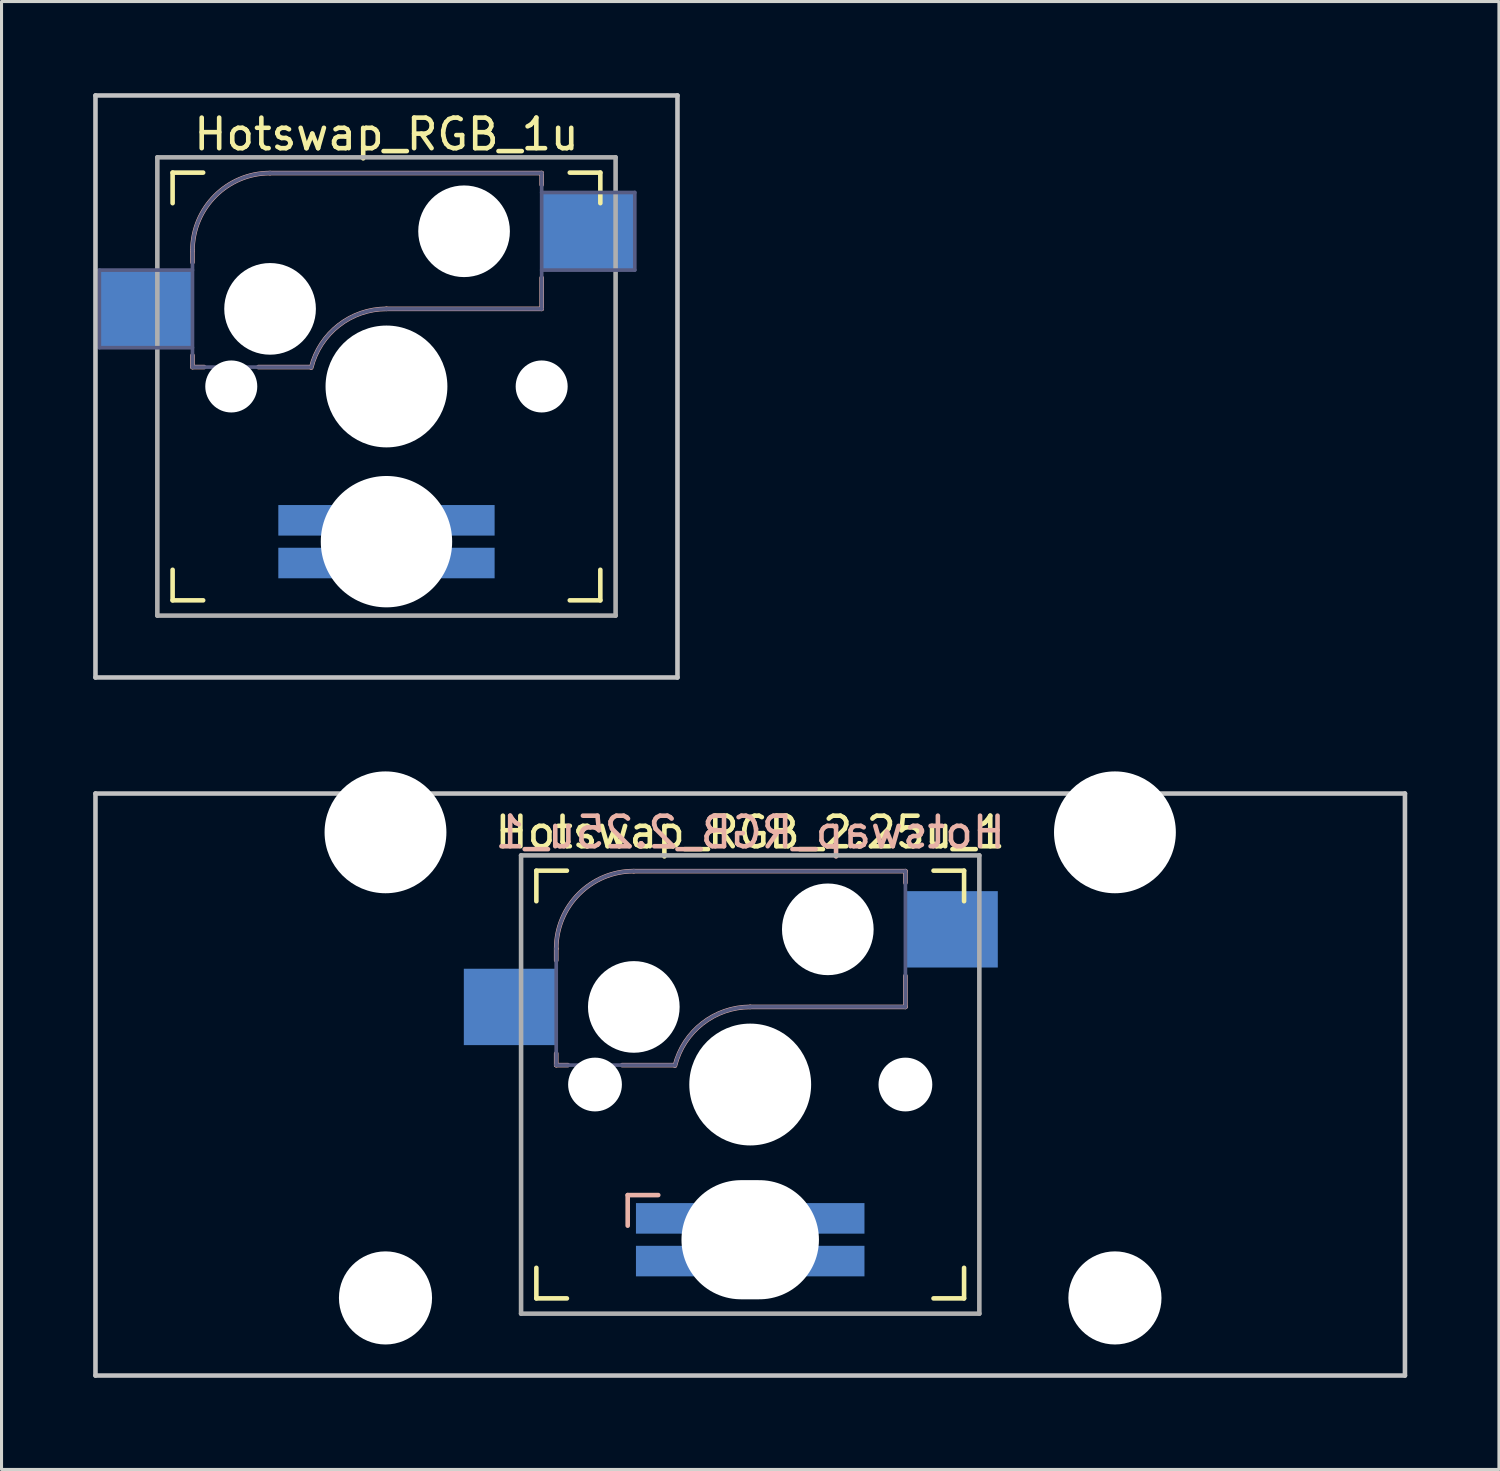
<source format=kicad_pcb>
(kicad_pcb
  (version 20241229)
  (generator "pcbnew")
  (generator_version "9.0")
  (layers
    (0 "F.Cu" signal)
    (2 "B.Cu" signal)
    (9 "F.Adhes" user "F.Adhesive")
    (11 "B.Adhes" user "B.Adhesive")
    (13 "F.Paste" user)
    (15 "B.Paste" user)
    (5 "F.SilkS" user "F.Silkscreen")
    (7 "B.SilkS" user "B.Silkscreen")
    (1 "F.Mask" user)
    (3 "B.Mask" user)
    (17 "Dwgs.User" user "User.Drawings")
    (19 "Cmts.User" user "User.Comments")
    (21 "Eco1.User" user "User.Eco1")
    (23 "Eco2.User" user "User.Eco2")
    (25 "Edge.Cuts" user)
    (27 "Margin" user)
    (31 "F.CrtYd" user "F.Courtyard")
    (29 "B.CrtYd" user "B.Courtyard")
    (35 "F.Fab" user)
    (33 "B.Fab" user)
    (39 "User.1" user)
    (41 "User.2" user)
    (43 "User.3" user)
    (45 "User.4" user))
  (footprint "Hotswap_RGB_2.25u_1"
    (layer "F.Cu")
    (at 21.506 32.449)
    (property "Reference" "Hotswap_RGB_2.25u_1" (at 0 -8.255 0) (layer "F.SilkS") (effects (font (size 1 1) (thickness 0.15))))
    (attr through_hole)
    (fp_line (start -7 -6) (end -7 -7) (stroke (width 0.15) (type solid)) (layer "F.SilkS"))
    (fp_line (start -7 7) (end -7 6) (stroke (width 0.15) (type solid)) (layer "F.SilkS"))
    (fp_line (start -7 7) (end -6 7) (stroke (width 0.15) (type solid)) (layer "F.SilkS"))
    (fp_line (start -6 -7) (end -7 -7) (stroke (width 0.15) (type solid)) (layer "F.SilkS"))
    (fp_line (start 6 7) (end 7 7) (stroke (width 0.15) (type solid)) (layer "F.SilkS"))
    (fp_line (start 7 -7) (end 6 -7) (stroke (width 0.15) (type solid)) (layer "F.SilkS"))
    (fp_line (start 7 -7) (end 7 -6) (stroke (width 0.15) (type solid)) (layer "F.SilkS"))
    (fp_line (start 7 6) (end 7 7) (stroke (width 0.15) (type solid)) (layer "F.SilkS"))
    (fp_line (start -6.35 -4.445) (end -6.35 -4.064) (stroke (width 0.15) (type solid)) (layer "B.SilkS"))
    (fp_line (start -6.35 -1.016) (end -6.35 -0.635) (stroke (width 0.15) (type solid)) (layer "B.SilkS"))
    (fp_line (start -6.35 -0.635) (end -5.969 -0.635) (stroke (width 0.15) (type solid)) (layer "B.SilkS"))
    (fp_line (start -4.191 -0.635) (end -2.54 -0.635) (stroke (width 0.15) (type solid)) (layer "B.SilkS"))
    (fp_line (start -4.01 4.62) (end -4.01 3.619) (stroke (width 0.15) (type solid)) (layer "B.SilkS"))
    (fp_line (start -3.01 3.619) (end -4.01 3.619) (stroke (width 0.15) (type solid)) (layer "B.SilkS"))
    (fp_line (start 0 -2.54) (end 5.08 -2.54) (stroke (width 0.15) (type solid)) (layer "B.SilkS"))
    (fp_line (start 5.08 -6.985) (end -3.81 -6.985) (stroke (width 0.15) (type solid)) (layer "B.SilkS"))
    (fp_line (start 5.08 -6.604) (end 5.08 -6.985) (stroke (width 0.15) (type solid)) (layer "B.SilkS"))
    (fp_line (start 5.08 -2.54) (end 5.08 -3.556) (stroke (width 0.15) (type solid)) (layer "B.SilkS"))
    (fp_arc (start -6.35 -4.445) (mid -5.606051 -6.241051) (end -3.81 -6.985) (stroke (width 0.15) (type solid)) (layer "B.SilkS"))
    (fp_arc (start -2.464162 -0.61604) (mid -1.563147 -2.002042) (end 0 -2.54) (stroke (width 0.15) (type solid)) (layer "B.SilkS"))
    (fp_line (start -21.431 -9.525) (end 21.431 -9.525) (stroke (width 0.15) (type solid)) (layer "Dwgs.User"))
    (fp_line (start -21.431 9.525) (end -21.431 -9.525) (stroke (width 0.15) (type solid)) (layer "Dwgs.User"))
    (fp_line (start 21.431 -9.525) (end 21.431 9.525) (stroke (width 0.15) (type solid)) (layer "Dwgs.User"))
    (fp_line (start 21.431 9.525) (end -21.431 9.525) (stroke (width 0.15) (type solid)) (layer "Dwgs.User"))
    (fp_line (start -13.589 -6.096) (end -13.589 5.334) (stroke (width 0.152) (type solid)) (layer "Eco2.User"))
    (fp_line (start -13.589 5.334) (end -10.287 5.334) (stroke (width 0.152) (type solid)) (layer "Eco2.User"))
    (fp_line (start -10.287 -6.096) (end -13.589 -6.096) (stroke (width 0.152) (type solid)) (layer "Eco2.User"))
    (fp_line (start -10.287 5.334) (end -10.287 -6.096) (stroke (width 0.152) (type solid)) (layer "Eco2.User"))
    (fp_line (start -6.9 6.9) (end -6.9 -6.9) (stroke (width 0.15) (type solid)) (layer "Eco2.User"))
    (fp_line (start -6.9 6.9) (end 6.9 6.9) (stroke (width 0.15) (type solid)) (layer "Eco2.User"))
    (fp_line (start 6.9 -6.9) (end -6.9 -6.9) (stroke (width 0.15) (type solid)) (layer "Eco2.User"))
    (fp_line (start 6.9 -6.9) (end 6.9 6.9) (stroke (width 0.15) (type solid)) (layer "Eco2.User"))
    (fp_line (start 10.287 -6.096) (end 10.287 5.334) (stroke (width 0.152) (type solid)) (layer "Eco2.User"))
    (fp_line (start 10.287 5.334) (end 13.589 5.334) (stroke (width 0.152) (type solid)) (layer "Eco2.User"))
    (fp_line (start 13.589 -6.096) (end 10.287 -6.096) (stroke (width 0.152) (type solid)) (layer "Eco2.User"))
    (fp_line (start 13.589 5.334) (end 13.589 -6.096) (stroke (width 0.152) (type solid)) (layer "Eco2.User"))
    (fp_line (start -6.35 -4.445) (end -6.35 -0.635) (stroke (width 0.12) (type solid)) (layer "B.Fab"))
    (fp_line (start -6.35 -0.635) (end -2.54 -0.635) (stroke (width 0.12) (type solid)) (layer "B.Fab"))
    (fp_line (start 0 -2.54) (end 5.08 -2.54) (stroke (width 0.12) (type solid)) (layer "B.Fab"))
    (fp_line (start 5.08 -6.985) (end -3.81 -6.985) (stroke (width 0.12) (type solid)) (layer "B.Fab"))
    (fp_line (start 5.08 -2.54) (end 5.08 -6.985) (stroke (width 0.12) (type solid)) (layer "B.Fab"))
    (fp_arc (start -6.35 -4.445) (mid -5.606051 -6.241051) (end -3.81 -6.985) (stroke (width 0.12) (type solid)) (layer "B.Fab"))
    (fp_arc (start -2.464162 -0.61604) (mid -1.563147 -2.002042) (end 0 -2.54) (stroke (width 0.12) (type solid)) (layer "B.Fab"))
    (fp_line (start -7.5 -7.5) (end 7.5 -7.5) (stroke (width 0.15) (type solid)) (layer "F.Fab"))
    (fp_line (start -7.5 7.5) (end -7.5 -7.5) (stroke (width 0.15) (type solid)) (layer "F.Fab"))
    (fp_line (start 7.5 -7.5) (end 7.5 7.5) (stroke (width 0.15) (type solid)) (layer "F.Fab"))
    (fp_line (start 7.5 7.5) (end -7.5 7.5) (stroke (width 0.15) (type solid)) (layer "F.Fab"))
    (fp_text user "${REFERENCE}" (at 0 -8.255 0) (layer "B.SilkS") (effects (font (size 1 1) (thickness 0.15)) (justify mirror)))
    (pad "" np_thru_hole circle (at -11.938 -8.255 180) (size 3.988 3.988) (drill 3.988) (layers "*.Cu" "*.Mask"))
    (pad "" np_thru_hole circle (at -11.938 6.985 180) (size 3.048 3.048) (drill 3.048) (layers "*.Cu" "*.Mask"))
    (pad "" np_thru_hole circle (at -5.08 0 180) (size 1.76 1.76) (drill 1.76) (layers "*.Cu" "*.Mask"))
    (pad "" np_thru_hole circle (at -3.81 -2.54 180) (size 3 3) (drill 3) (layers "*.Cu" "*.Mask"))
    (pad "" np_thru_hole circle (at 0 0 180) (size 3.988 3.988) (drill 3.988) (layers "*.Cu" "*.Mask"))
    (pad "" np_thru_hole oval (at 0 5.08 180) (size 4.5 3.9) (drill oval 4.5 3.9) (layers "*.Cu" "*.Mask"))
    (pad "" np_thru_hole circle (at 2.54 -5.08 180) (size 3 3) (drill 3) (layers "*.Cu" "*.Mask"))
    (pad "" np_thru_hole circle (at 5.08 0 180) (size 1.76 1.76) (drill 1.76) (layers "*.Cu" "*.Mask"))
    (pad "" np_thru_hole circle (at 11.938 -8.255 180) (size 3.988 3.988) (drill 3.988) (layers "*.Cu" "*.Mask"))
    (pad "" np_thru_hole circle (at 11.938 6.985 180) (size 3.048 3.048) (drill 3.048) (layers "*.Cu" "*.Mask"))
    (pad "1" smd rect (at -7.874 -2.54 180) (size 3 2.5) (layers "B.Cu" "B.Mask" "B.Paste"))
    (pad "2" smd rect (at 6.604 -5.08 180) (size 3 2.5) (layers "B.Cu" "B.Mask" "B.Paste"))
    (pad "A" smd rect (at -2.74 4.381 270) (size 1 2) (layers "B.Cu" "B.Mask" "B.Paste"))
    (pad "B" smd rect (at -2.74 5.779 270) (size 1 2) (layers "B.Cu" "B.Mask" "B.Paste"))
    (pad "G" smd rect (at 2.74 5.779 270) (size 1 2) (layers "B.Cu" "B.Mask" "B.Paste"))
    (pad "R" smd rect (at 2.74 4.381 270) (size 1 2) (layers "B.Cu" "B.Mask" "B.Paste")))
  (footprint "Hotswap_RGB_1u"
    (layer "F.Cu")
    (at 9.6 9.6)
    (property "Reference" "Hotswap_RGB_1u" (at 0 -8.255 0) (layer "F.SilkS") (effects (font (size 1 1) (thickness 0.15))))
    (attr through_hole)
    (fp_line (start -7 -6) (end -7 -7) (stroke (width 0.15) (type solid)) (layer "F.SilkS"))
    (fp_line (start -7 7) (end -7 6) (stroke (width 0.15) (type solid)) (layer "F.SilkS"))
    (fp_line (start -7 7) (end -6 7) (stroke (width 0.15) (type solid)) (layer "F.SilkS"))
    (fp_line (start -6 -7) (end -7 -7) (stroke (width 0.15) (type solid)) (layer "F.SilkS"))
    (fp_line (start 6 7) (end 7 7) (stroke (width 0.15) (type solid)) (layer "F.SilkS"))
    (fp_line (start 7 -7) (end 6 -7) (stroke (width 0.15) (type solid)) (layer "F.SilkS"))
    (fp_line (start 7 -7) (end 7 -6) (stroke (width 0.15) (type solid)) (layer "F.SilkS"))
    (fp_line (start 7 6) (end 7 7) (stroke (width 0.15) (type solid)) (layer "F.SilkS"))
    (fp_line (start -6.35 -4.445) (end -6.35 -4.064) (stroke (width 0.15) (type solid)) (layer "B.SilkS"))
    (fp_line (start -6.35 -1.016) (end -6.35 -0.635) (stroke (width 0.15) (type solid)) (layer "B.SilkS"))
    (fp_line (start -6.35 -0.635) (end -5.969 -0.635) (stroke (width 0.15) (type solid)) (layer "B.SilkS"))
    (fp_line (start -4.191 -0.635) (end -2.54 -0.635) (stroke (width 0.15) (type solid)) (layer "B.SilkS"))
    (fp_line (start 0 -2.54) (end 5.08 -2.54) (stroke (width 0.15) (type solid)) (layer "B.SilkS"))
    (fp_line (start 5.08 -6.985) (end -3.81 -6.985) (stroke (width 0.15) (type solid)) (layer "B.SilkS"))
    (fp_line (start 5.08 -6.604) (end 5.08 -6.985) (stroke (width 0.15) (type solid)) (layer "B.SilkS"))
    (fp_line (start 5.08 -2.54) (end 5.08 -3.556) (stroke (width 0.15) (type solid)) (layer "B.SilkS"))
    (fp_arc (start -6.35 -4.445) (mid -5.606051 -6.241051) (end -3.81 -6.985) (stroke (width 0.15) (type solid)) (layer "B.SilkS"))
    (fp_arc (start -2.464162 -0.61604) (mid -1.563147 -2.002042) (end 0 -2.54) (stroke (width 0.15) (type solid)) (layer "B.SilkS"))
    (fp_line (start -9.525 -9.525) (end 9.525 -9.525) (stroke (width 0.15) (type solid)) (layer "Dwgs.User"))
    (fp_line (start -9.525 9.525) (end -9.525 -9.525) (stroke (width 0.15) (type solid)) (layer "Dwgs.User"))
    (fp_line (start -9.525 9.525) (end 9.525 9.525) (stroke (width 0.15) (type solid)) (layer "Dwgs.User"))
    (fp_line (start 9.525 -9.525) (end 9.525 9.525) (stroke (width 0.15) (type solid)) (layer "Dwgs.User"))
    (fp_line (start -6.9 6.9) (end -6.9 -6.9) (stroke (width 0.15) (type solid)) (layer "Eco2.User"))
    (fp_line (start -6.9 6.9) (end 6.9 6.9) (stroke (width 0.15) (type solid)) (layer "Eco2.User"))
    (fp_line (start 6.9 -6.9) (end -6.9 -6.9) (stroke (width 0.15) (type solid)) (layer "Eco2.User"))
    (fp_line (start 6.9 -6.9) (end 6.9 6.9) (stroke (width 0.15) (type solid)) (layer "Eco2.User"))
    (fp_line (start -9.398 -3.81) (end -9.398 -1.27) (stroke (width 0.12) (type solid)) (layer "B.Fab"))
    (fp_line (start -9.398 -1.27) (end -6.35 -1.27) (stroke (width 0.12) (type solid)) (layer "B.Fab"))
    (fp_line (start -6.35 -4.445) (end -6.35 -0.635) (stroke (width 0.12) (type solid)) (layer "B.Fab"))
    (fp_line (start -6.35 -3.81) (end -9.398 -3.81) (stroke (width 0.12) (type solid)) (layer "B.Fab"))
    (fp_line (start -6.35 -0.635) (end -2.54 -0.635) (stroke (width 0.12) (type solid)) (layer "B.Fab"))
    (fp_line (start 0 -2.54) (end 5.08 -2.54) (stroke (width 0.12) (type solid)) (layer "B.Fab"))
    (fp_line (start 5.08 -6.985) (end -3.81 -6.985) (stroke (width 0.12) (type solid)) (layer "B.Fab"))
    (fp_line (start 5.08 -3.81) (end 8.128 -3.81) (stroke (width 0.12) (type solid)) (layer "B.Fab"))
    (fp_line (start 5.08 -2.54) (end 5.08 -6.985) (stroke (width 0.12) (type solid)) (layer "B.Fab"))
    (fp_line (start 8.128 -6.35) (end 5.08 -6.35) (stroke (width 0.12) (type solid)) (layer "B.Fab"))
    (fp_line (start 8.128 -3.81) (end 8.128 -6.35) (stroke (width 0.12) (type solid)) (layer "B.Fab"))
    (fp_arc (start -6.35 -4.445) (mid -5.606051 -6.241051) (end -3.81 -6.985) (stroke (width 0.12) (type solid)) (layer "B.Fab"))
    (fp_arc (start -2.464162 -0.61604) (mid -1.563147 -2.002042) (end 0 -2.54) (stroke (width 0.12) (type solid)) (layer "B.Fab"))
    (fp_line (start -7.5 -7.5) (end 7.5 -7.5) (stroke (width 0.15) (type solid)) (layer "F.Fab"))
    (fp_line (start -7.5 7.5) (end -7.5 -7.5) (stroke (width 0.15) (type solid)) (layer "F.Fab"))
    (fp_line (start 7.5 -7.5) (end 7.5 7.5) (stroke (width 0.15) (type solid)) (layer "F.Fab"))
    (fp_line (start 7.5 7.5) (end -7.5 7.5) (stroke (width 0.15) (type solid)) (layer "F.Fab"))
    (pad "" np_thru_hole circle (at -5.08 0 180) (size 1.702 1.702) (drill 1.702) (layers "*.Cu" "*.Mask"))
    (pad "" np_thru_hole circle (at -3.81 -2.54 180) (size 3 3) (drill 3) (layers "*.Cu" "*.Mask"))
    (pad "" np_thru_hole circle (at 0 0 180) (size 3.988 3.988) (drill 3.988) (layers "*.Cu" "*.Mask"))
    (pad "" np_thru_hole circle (at 0 5.08 180) (size 4.3 4.3) (drill 4.3) (layers "*.Cu" "*.Mask"))
    (pad "" np_thru_hole circle (at 2.54 -5.08 180) (size 3 3) (drill 3) (layers "*.Cu" "*.Mask"))
    (pad "" np_thru_hole circle (at 5.08 0 180) (size 1.702 1.702) (drill 1.702) (layers "*.Cu" "*.Mask"))
    (pad "1" smd rect (at -7.874 -2.54 180) (size 3 2.5) (layers "B.Cu"))
    (pad "2" smd rect (at 6.604 -5.08 180) (size 3 2.5) (layers "B.Cu"))
    (pad "A" smd rect (at -2.54 4.381 270) (size 1 2) (layers "B.Cu"))
    (pad "B" smd rect (at -2.54 5.779 270) (size 1 2) (layers "B.Cu"))
    (pad "G" smd rect (at 2.54 5.779 270) (size 1 2) (layers "B.Cu"))
    (pad "R" smd rect (at 2.54 4.381 270) (size 1 2) (layers "B.Cu")))
  (gr_rect
    (start -3 -3)
    (end 46.013 45.049)
    (stroke (width 0.1) (type default))
    (fill no)
    (layer "Edge.Cuts")))
</source>
